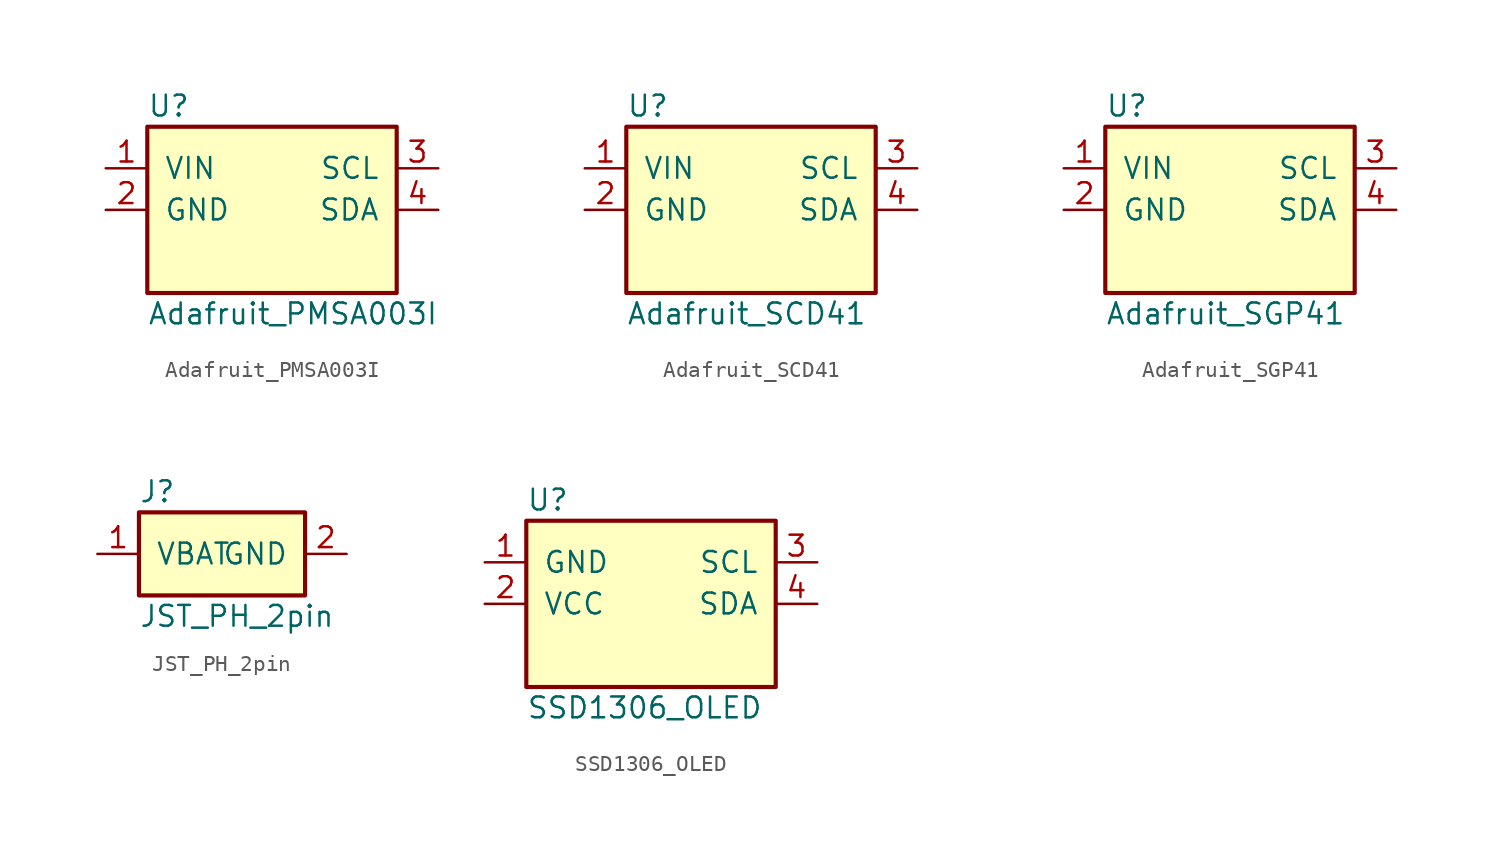
<source format=kicad_sym>
(kicad_symbol_lib
  (version 20231120)
  (generator "claude_symbol_gen")
  (generator_version "1.0")
  (symbol "Adafruit_PMSA003I"
    (pin_names
      (offset 1.016))
    (property "Reference" "U"
      (at -7.62 6.35 0)
      (effects (font (size 1.27 1.27)) (justify left)))
    (property "Value" "Adafruit_PMSA003I"
      (at -7.62 -6.35 0)
      (effects (font (size 1.27 1.27)) (justify left)))
    (symbol "Adafruit_PMSA003I_0_1"
      (rectangle (start -7.62 5.08) (end 7.62 -5.08) (stroke (width 0.254) (type default)) (fill (type background))))
    (symbol "Adafruit_PMSA003I_1_1"
      (pin power_in line (at -10.16 2.54 0) (length 2.54) (name "VIN" (effects (font (size 1.27 1.27)))) (number "1" (effects (font (size 1.27 1.27)))))
      (pin power_in line (at -10.16 0 0) (length 2.54) (name "GND" (effects (font (size 1.27 1.27)))) (number "2" (effects (font (size 1.27 1.27)))))
      (pin bidirectional line (at 10.16 2.54 180) (length 2.54) (name "SCL" (effects (font (size 1.27 1.27)))) (number "3" (effects (font (size 1.27 1.27)))))
      (pin bidirectional line (at 10.16 0 180) (length 2.54) (name "SDA" (effects (font (size 1.27 1.27)))) (number "4" (effects (font (size 1.27 1.27)))))))
  (symbol "Adafruit_SCD41"
    (pin_names
      (offset 1.016))
    (property "Reference" "U"
      (at -7.62 6.35 0)
      (effects (font (size 1.27 1.27)) (justify left)))
    (property "Value" "Adafruit_SCD41"
      (at -7.62 -6.35 0)
      (effects (font (size 1.27 1.27)) (justify left)))
    (symbol "Adafruit_SCD41_0_1"
      (rectangle (start -7.62 5.08) (end 7.62 -5.08) (stroke (width 0.254) (type default)) (fill (type background))))
    (symbol "Adafruit_SCD41_1_1"
      (pin power_in line (at -10.16 2.54 0) (length 2.54) (name "VIN" (effects (font (size 1.27 1.27)))) (number "1" (effects (font (size 1.27 1.27)))))
      (pin power_in line (at -10.16 0 0) (length 2.54) (name "GND" (effects (font (size 1.27 1.27)))) (number "2" (effects (font (size 1.27 1.27)))))
      (pin bidirectional line (at 10.16 2.54 180) (length 2.54) (name "SCL" (effects (font (size 1.27 1.27)))) (number "3" (effects (font (size 1.27 1.27)))))
      (pin bidirectional line (at 10.16 0 180) (length 2.54) (name "SDA" (effects (font (size 1.27 1.27)))) (number "4" (effects (font (size 1.27 1.27)))))))
  (symbol "Adafruit_SGP41"
    (pin_names
      (offset 1.016))
    (property "Reference" "U"
      (at -7.62 6.35 0)
      (effects (font (size 1.27 1.27)) (justify left)))
    (property "Value" "Adafruit_SGP41"
      (at -7.62 -6.35 0)
      (effects (font (size 1.27 1.27)) (justify left)))
    (symbol "Adafruit_SGP41_0_1"
      (rectangle (start -7.62 5.08) (end 7.62 -5.08) (stroke (width 0.254) (type default)) (fill (type background))))
    (symbol "Adafruit_SGP41_1_1"
      (pin power_in line (at -10.16 2.54 0) (length 2.54) (name "VIN" (effects (font (size 1.27 1.27)))) (number "1" (effects (font (size 1.27 1.27)))))
      (pin power_in line (at -10.16 0 0) (length 2.54) (name "GND" (effects (font (size 1.27 1.27)))) (number "2" (effects (font (size 1.27 1.27)))))
      (pin bidirectional line (at 10.16 2.54 180) (length 2.54) (name "SCL" (effects (font (size 1.27 1.27)))) (number "3" (effects (font (size 1.27 1.27)))))
      (pin bidirectional line (at 10.16 0 180) (length 2.54) (name "SDA" (effects (font (size 1.27 1.27)))) (number "4" (effects (font (size 1.27 1.27)))))))
  (symbol "JST_PH_2pin"
    (pin_names
      (offset 1.016))
    (property "Reference" "J"
      (at -5.08 3.81 0)
      (effects (font (size 1.27 1.27)) (justify left)))
    (property "Value" "JST_PH_2pin"
      (at -5.08 -3.81 0)
      (effects (font (size 1.27 1.27)) (justify left)))
    (symbol "JST_PH_2pin_0_1"
      (rectangle (start -5.08 2.54) (end 5.08 -2.54) (stroke (width 0.254) (type default)) (fill (type background))))
    (symbol "JST_PH_2pin_1_1"
      (pin power_out line (at -7.62 0 0) (length 2.54) (name "VBAT" (effects (font (size 1.27 1.27)))) (number "1" (effects (font (size 1.27 1.27)))))
      (pin power_in line (at 7.62 0 180) (length 2.54) (name "GND" (effects (font (size 1.27 1.27)))) (number "2" (effects (font (size 1.27 1.27)))))))
  (symbol "SSD1306_OLED"
    (pin_names
      (offset 1.016))
    (property "Reference" "U"
      (at -7.62 6.35 0)
      (effects (font (size 1.27 1.27)) (justify left)))
    (property "Value" "SSD1306_OLED"
      (at -7.62 -6.35 0)
      (effects (font (size 1.27 1.27)) (justify left)))
    (symbol "SSD1306_OLED_0_1"
      (rectangle (start -7.62 5.08) (end 7.62 -5.08) (stroke (width 0.254) (type default)) (fill (type background))))
    (symbol "SSD1306_OLED_1_1"
      (pin power_in line (at -10.16 2.54 0) (length 2.54) (name "GND" (effects (font (size 1.27 1.27)))) (number "1" (effects (font (size 1.27 1.27)))))
      (pin power_in line (at -10.16 0 0) (length 2.54) (name "VCC" (effects (font (size 1.27 1.27)))) (number "2" (effects (font (size 1.27 1.27)))))
      (pin bidirectional line (at 10.16 2.54 180) (length 2.54) (name "SCL" (effects (font (size 1.27 1.27)))) (number "3" (effects (font (size 1.27 1.27)))))
      (pin bidirectional line (at 10.16 0 180) (length 2.54) (name "SDA" (effects (font (size 1.27 1.27)))) (number "4" (effects (font (size 1.27 1.27))))))))
</source>
